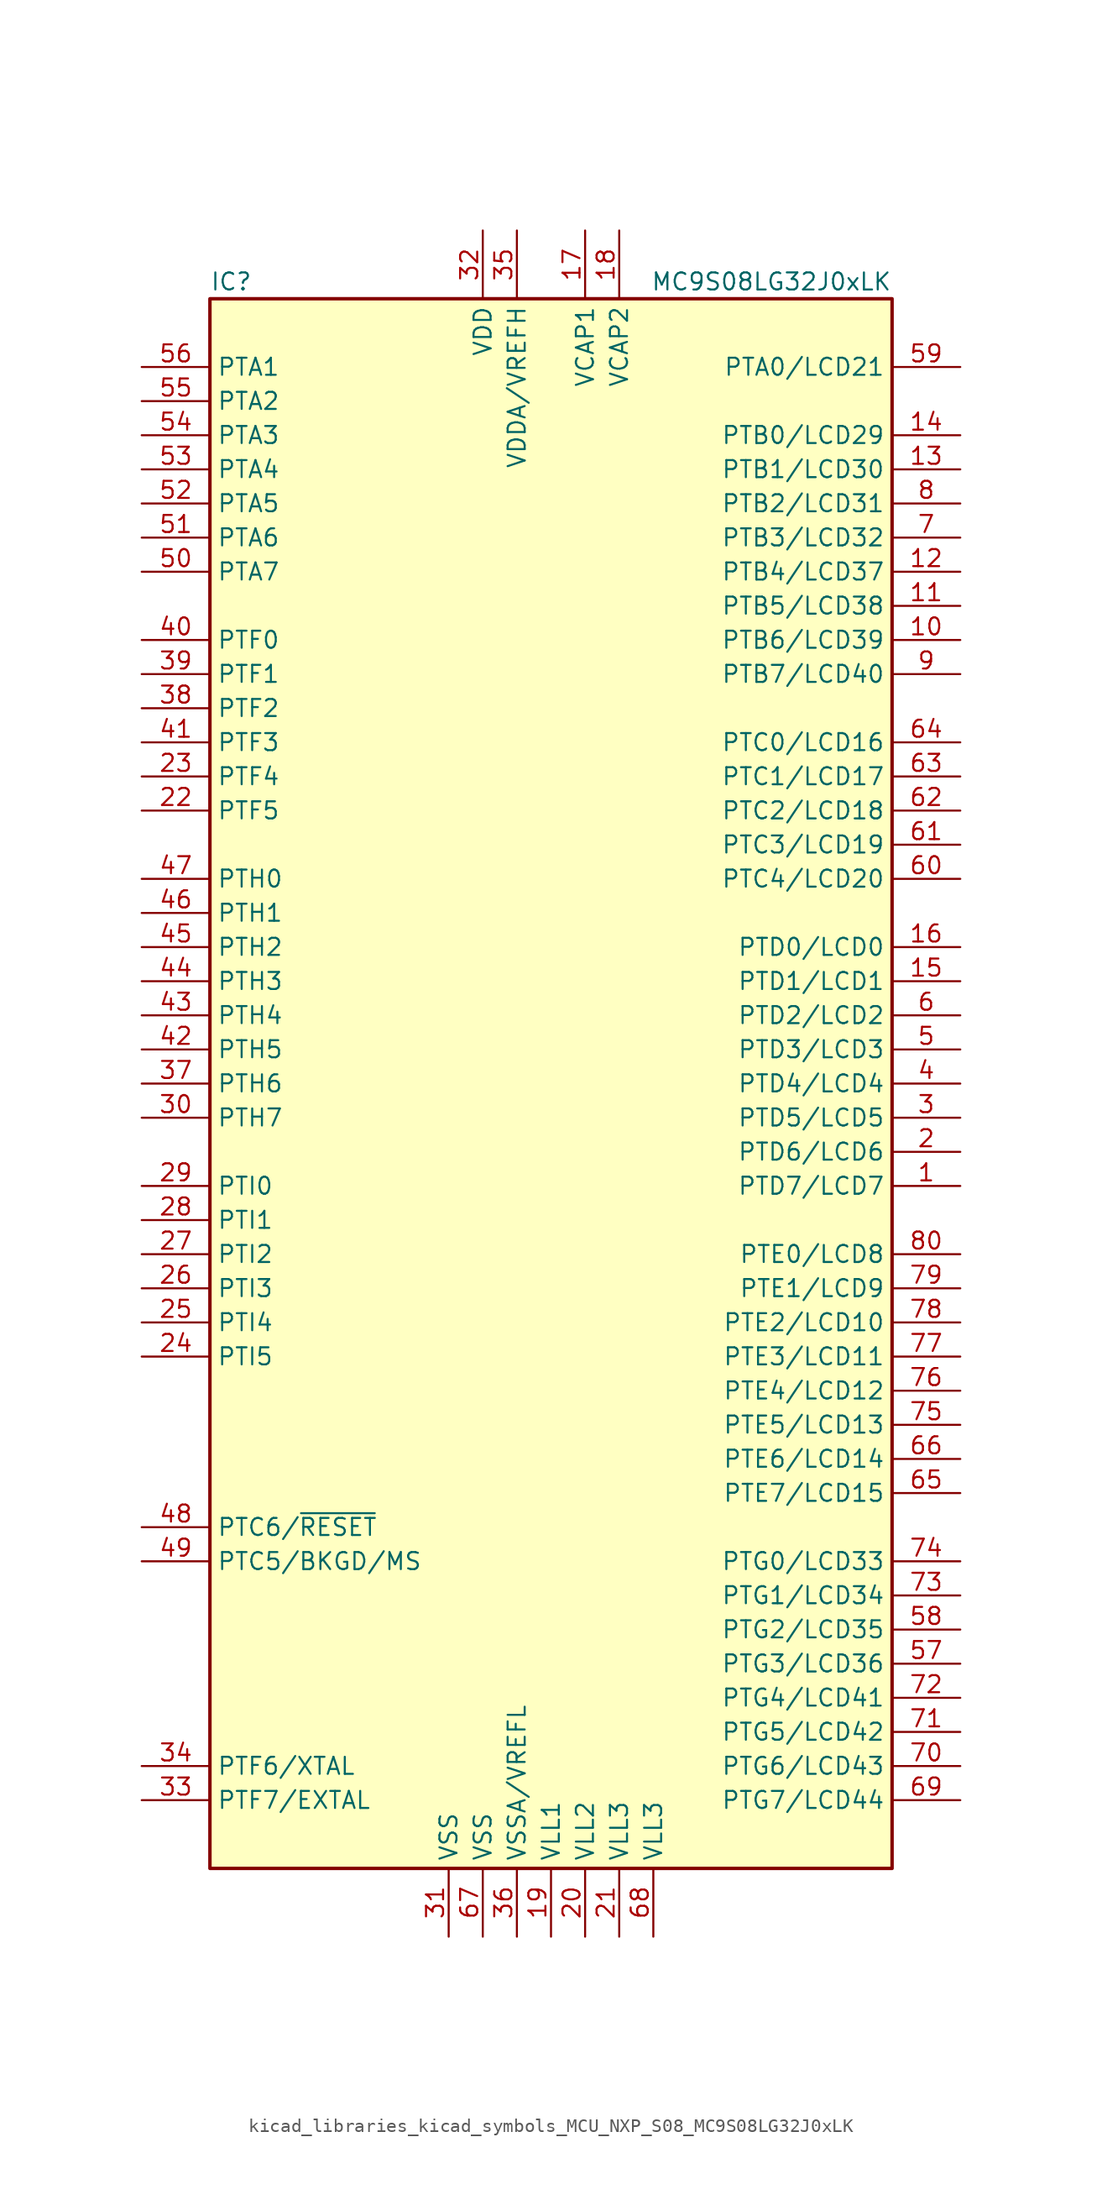
<source format=kicad_sym>
(kicad_symbol_lib
  (version 20220914)
  (generator kicad_symbol_editor)
  (symbol "kicad_libraries_kicad_symbols_MCU_NXP_S08_MC9S08LG32J0xLK"
    (property "Reference" "IC"
      (at -25.4 59.69 0)
      (effects (font (size 1.27 1.27)) (justify left)))
    (property "Value" "MC9S08LG32J0xLK"
      (at 25.4 59.69 0)
      (effects (font (size 1.27 1.27)) (justify right)))
    (symbol "kicad_libraries_kicad_symbols_MCU_NXP_S08_MC9S08LG32J0xLK_0_1"
      (rectangle (start -25.4 58.42) (end 25.4 -58.42) (stroke (width 0.254) (type default)) (fill (type background))))
    (symbol "kicad_libraries_kicad_symbols_MCU_NXP_S08_MC9S08LG32J0xLK_1_1"
      (pin bidirectional line (at 30.48 -7.62 180) (length 5.08) (name "PTD7/LCD7" (effects (font (size 1.27 1.27)))) (number "1" (effects (font (size 1.27 1.27)))))
      (pin bidirectional line (at 30.48 33.02 180) (length 5.08) (name "PTB6/LCD39" (effects (font (size 1.27 1.27)))) (number "10" (effects (font (size 1.27 1.27)))))
      (pin bidirectional line (at 30.48 35.56 180) (length 5.08) (name "PTB5/LCD38" (effects (font (size 1.27 1.27)))) (number "11" (effects (font (size 1.27 1.27)))))
      (pin bidirectional line (at 30.48 38.1 180) (length 5.08) (name "PTB4/LCD37" (effects (font (size 1.27 1.27)))) (number "12" (effects (font (size 1.27 1.27)))))
      (pin bidirectional line (at 30.48 45.72 180) (length 5.08) (name "PTB1/LCD30" (effects (font (size 1.27 1.27)))) (number "13" (effects (font (size 1.27 1.27)))))
      (pin bidirectional line (at 30.48 48.26 180) (length 5.08) (name "PTB0/LCD29" (effects (font (size 1.27 1.27)))) (number "14" (effects (font (size 1.27 1.27)))))
      (pin bidirectional line (at 30.48 7.62 180) (length 5.08) (name "PTD1/LCD1" (effects (font (size 1.27 1.27)))) (number "15" (effects (font (size 1.27 1.27)))))
      (pin bidirectional line (at 30.48 10.16 180) (length 5.08) (name "PTD0/LCD0" (effects (font (size 1.27 1.27)))) (number "16" (effects (font (size 1.27 1.27)))))
      (pin power_in line (at 2.54 63.5 270) (length 5.08) (name "VCAP1" (effects (font (size 1.27 1.27)))) (number "17" (effects (font (size 1.27 1.27)))))
      (pin power_in line (at 5.08 63.5 270) (length 5.08) (name "VCAP2" (effects (font (size 1.27 1.27)))) (number "18" (effects (font (size 1.27 1.27)))))
      (pin power_in line (at 0 -63.5 90) (length 5.08) (name "VLL1" (effects (font (size 1.27 1.27)))) (number "19" (effects (font (size 1.27 1.27)))))
      (pin bidirectional line (at 30.48 -5.08 180) (length 5.08) (name "PTD6/LCD6" (effects (font (size 1.27 1.27)))) (number "2" (effects (font (size 1.27 1.27)))))
      (pin power_in line (at 2.54 -63.5 90) (length 5.08) (name "VLL2" (effects (font (size 1.27 1.27)))) (number "20" (effects (font (size 1.27 1.27)))))
      (pin power_in line (at 5.08 -63.5 90) (length 5.08) (name "VLL3" (effects (font (size 1.27 1.27)))) (number "21" (effects (font (size 1.27 1.27)))))
      (pin bidirectional line (at -30.48 20.32 0) (length 5.08) (name "PTF5" (effects (font (size 1.27 1.27)))) (number "22" (effects (font (size 1.27 1.27)))))
      (pin bidirectional line (at -30.48 22.86 0) (length 5.08) (name "PTF4" (effects (font (size 1.27 1.27)))) (number "23" (effects (font (size 1.27 1.27)))))
      (pin bidirectional line (at -30.48 -20.32 0) (length 5.08) (name "PTI5" (effects (font (size 1.27 1.27)))) (number "24" (effects (font (size 1.27 1.27)))))
      (pin bidirectional line (at -30.48 -17.78 0) (length 5.08) (name "PTI4" (effects (font (size 1.27 1.27)))) (number "25" (effects (font (size 1.27 1.27)))))
      (pin bidirectional line (at -30.48 -15.24 0) (length 5.08) (name "PTI3" (effects (font (size 1.27 1.27)))) (number "26" (effects (font (size 1.27 1.27)))))
      (pin bidirectional line (at -30.48 -12.7 0) (length 5.08) (name "PTI2" (effects (font (size 1.27 1.27)))) (number "27" (effects (font (size 1.27 1.27)))))
      (pin bidirectional line (at -30.48 -10.16 0) (length 5.08) (name "PTI1" (effects (font (size 1.27 1.27)))) (number "28" (effects (font (size 1.27 1.27)))))
      (pin bidirectional line (at -30.48 -7.62 0) (length 5.08) (name "PTI0" (effects (font (size 1.27 1.27)))) (number "29" (effects (font (size 1.27 1.27)))))
      (pin bidirectional line (at 30.48 -2.54 180) (length 5.08) (name "PTD5/LCD5" (effects (font (size 1.27 1.27)))) (number "3" (effects (font (size 1.27 1.27)))))
      (pin bidirectional line (at -30.48 -2.54 0) (length 5.08) (name "PTH7" (effects (font (size 1.27 1.27)))) (number "30" (effects (font (size 1.27 1.27)))))
      (pin power_in line (at -7.62 -63.5 90) (length 5.08) (name "VSS" (effects (font (size 1.27 1.27)))) (number "31" (effects (font (size 1.27 1.27)))))
      (pin power_in line (at -5.08 63.5 270) (length 5.08) (name "VDD" (effects (font (size 1.27 1.27)))) (number "32" (effects (font (size 1.27 1.27)))))
      (pin bidirectional line (at -30.48 -53.34 0) (length 5.08) (name "PTF7/EXTAL" (effects (font (size 1.27 1.27)))) (number "33" (effects (font (size 1.27 1.27)))))
      (pin bidirectional line (at -30.48 -50.8 0) (length 5.08) (name "PTF6/XTAL" (effects (font (size 1.27 1.27)))) (number "34" (effects (font (size 1.27 1.27)))))
      (pin power_in line (at -2.54 63.5 270) (length 5.08) (name "VDDA/VREFH" (effects (font (size 1.27 1.27)))) (number "35" (effects (font (size 1.27 1.27)))))
      (pin power_in line (at -2.54 -63.5 90) (length 5.08) (name "VSSA/VREFL" (effects (font (size 1.27 1.27)))) (number "36" (effects (font (size 1.27 1.27)))))
      (pin bidirectional line (at -30.48 0 0) (length 5.08) (name "PTH6" (effects (font (size 1.27 1.27)))) (number "37" (effects (font (size 1.27 1.27)))))
      (pin bidirectional line (at -30.48 27.94 0) (length 5.08) (name "PTF2" (effects (font (size 1.27 1.27)))) (number "38" (effects (font (size 1.27 1.27)))))
      (pin bidirectional line (at -30.48 30.48 0) (length 5.08) (name "PTF1" (effects (font (size 1.27 1.27)))) (number "39" (effects (font (size 1.27 1.27)))))
      (pin bidirectional line (at 30.48 0 180) (length 5.08) (name "PTD4/LCD4" (effects (font (size 1.27 1.27)))) (number "4" (effects (font (size 1.27 1.27)))))
      (pin bidirectional line (at -30.48 33.02 0) (length 5.08) (name "PTF0" (effects (font (size 1.27 1.27)))) (number "40" (effects (font (size 1.27 1.27)))))
      (pin bidirectional line (at -30.48 25.4 0) (length 5.08) (name "PTF3" (effects (font (size 1.27 1.27)))) (number "41" (effects (font (size 1.27 1.27)))))
      (pin bidirectional line (at -30.48 2.54 0) (length 5.08) (name "PTH5" (effects (font (size 1.27 1.27)))) (number "42" (effects (font (size 1.27 1.27)))))
      (pin bidirectional line (at -30.48 5.08 0) (length 5.08) (name "PTH4" (effects (font (size 1.27 1.27)))) (number "43" (effects (font (size 1.27 1.27)))))
      (pin bidirectional line (at -30.48 7.62 0) (length 5.08) (name "PTH3" (effects (font (size 1.27 1.27)))) (number "44" (effects (font (size 1.27 1.27)))))
      (pin bidirectional line (at -30.48 10.16 0) (length 5.08) (name "PTH2" (effects (font (size 1.27 1.27)))) (number "45" (effects (font (size 1.27 1.27)))))
      (pin bidirectional line (at -30.48 12.7 0) (length 5.08) (name "PTH1" (effects (font (size 1.27 1.27)))) (number "46" (effects (font (size 1.27 1.27)))))
      (pin bidirectional line (at -30.48 15.24 0) (length 5.08) (name "PTH0" (effects (font (size 1.27 1.27)))) (number "47" (effects (font (size 1.27 1.27)))))
      (pin bidirectional line (at -30.48 -33.02 0) (length 5.08) (name "PTC6/~{RESET}" (effects (font (size 1.27 1.27)))) (number "48" (effects (font (size 1.27 1.27)))))
      (pin bidirectional line (at -30.48 -35.56 0) (length 5.08) (name "PTC5/BKGD/MS" (effects (font (size 1.27 1.27)))) (number "49" (effects (font (size 1.27 1.27)))))
      (pin bidirectional line (at 30.48 2.54 180) (length 5.08) (name "PTD3/LCD3" (effects (font (size 1.27 1.27)))) (number "5" (effects (font (size 1.27 1.27)))))
      (pin bidirectional line (at -30.48 38.1 0) (length 5.08) (name "PTA7" (effects (font (size 1.27 1.27)))) (number "50" (effects (font (size 1.27 1.27)))))
      (pin bidirectional line (at -30.48 40.64 0) (length 5.08) (name "PTA6" (effects (font (size 1.27 1.27)))) (number "51" (effects (font (size 1.27 1.27)))))
      (pin bidirectional line (at -30.48 43.18 0) (length 5.08) (name "PTA5" (effects (font (size 1.27 1.27)))) (number "52" (effects (font (size 1.27 1.27)))))
      (pin bidirectional line (at -30.48 45.72 0) (length 5.08) (name "PTA4" (effects (font (size 1.27 1.27)))) (number "53" (effects (font (size 1.27 1.27)))))
      (pin bidirectional line (at -30.48 48.26 0) (length 5.08) (name "PTA3" (effects (font (size 1.27 1.27)))) (number "54" (effects (font (size 1.27 1.27)))))
      (pin bidirectional line (at -30.48 50.8 0) (length 5.08) (name "PTA2" (effects (font (size 1.27 1.27)))) (number "55" (effects (font (size 1.27 1.27)))))
      (pin bidirectional line (at -30.48 53.34 0) (length 5.08) (name "PTA1" (effects (font (size 1.27 1.27)))) (number "56" (effects (font (size 1.27 1.27)))))
      (pin bidirectional line (at 30.48 -43.18 180) (length 5.08) (name "PTG3/LCD36" (effects (font (size 1.27 1.27)))) (number "57" (effects (font (size 1.27 1.27)))))
      (pin bidirectional line (at 30.48 -40.64 180) (length 5.08) (name "PTG2/LCD35" (effects (font (size 1.27 1.27)))) (number "58" (effects (font (size 1.27 1.27)))))
      (pin bidirectional line (at 30.48 53.34 180) (length 5.08) (name "PTA0/LCD21" (effects (font (size 1.27 1.27)))) (number "59" (effects (font (size 1.27 1.27)))))
      (pin bidirectional line (at 30.48 5.08 180) (length 5.08) (name "PTD2/LCD2" (effects (font (size 1.27 1.27)))) (number "6" (effects (font (size 1.27 1.27)))))
      (pin bidirectional line (at 30.48 15.24 180) (length 5.08) (name "PTC4/LCD20" (effects (font (size 1.27 1.27)))) (number "60" (effects (font (size 1.27 1.27)))))
      (pin bidirectional line (at 30.48 17.78 180) (length 5.08) (name "PTC3/LCD19" (effects (font (size 1.27 1.27)))) (number "61" (effects (font (size 1.27 1.27)))))
      (pin bidirectional line (at 30.48 20.32 180) (length 5.08) (name "PTC2/LCD18" (effects (font (size 1.27 1.27)))) (number "62" (effects (font (size 1.27 1.27)))))
      (pin bidirectional line (at 30.48 22.86 180) (length 5.08) (name "PTC1/LCD17" (effects (font (size 1.27 1.27)))) (number "63" (effects (font (size 1.27 1.27)))))
      (pin bidirectional line (at 30.48 25.4 180) (length 5.08) (name "PTC0/LCD16" (effects (font (size 1.27 1.27)))) (number "64" (effects (font (size 1.27 1.27)))))
      (pin bidirectional line (at 30.48 -30.48 180) (length 5.08) (name "PTE7/LCD15" (effects (font (size 1.27 1.27)))) (number "65" (effects (font (size 1.27 1.27)))))
      (pin bidirectional line (at 30.48 -27.94 180) (length 5.08) (name "PTE6/LCD14" (effects (font (size 1.27 1.27)))) (number "66" (effects (font (size 1.27 1.27)))))
      (pin power_in line (at -5.08 -63.5 90) (length 5.08) (name "VSS" (effects (font (size 1.27 1.27)))) (number "67" (effects (font (size 1.27 1.27)))))
      (pin power_in line (at 7.62 -63.5 90) (length 5.08) (name "VLL3" (effects (font (size 1.27 1.27)))) (number "68" (effects (font (size 1.27 1.27)))))
      (pin bidirectional line (at 30.48 -53.34 180) (length 5.08) (name "PTG7/LCD44" (effects (font (size 1.27 1.27)))) (number "69" (effects (font (size 1.27 1.27)))))
      (pin bidirectional line (at 30.48 40.64 180) (length 5.08) (name "PTB3/LCD32" (effects (font (size 1.27 1.27)))) (number "7" (effects (font (size 1.27 1.27)))))
      (pin bidirectional line (at 30.48 -50.8 180) (length 5.08) (name "PTG6/LCD43" (effects (font (size 1.27 1.27)))) (number "70" (effects (font (size 1.27 1.27)))))
      (pin bidirectional line (at 30.48 -48.26 180) (length 5.08) (name "PTG5/LCD42" (effects (font (size 1.27 1.27)))) (number "71" (effects (font (size 1.27 1.27)))))
      (pin bidirectional line (at 30.48 -45.72 180) (length 5.08) (name "PTG4/LCD41" (effects (font (size 1.27 1.27)))) (number "72" (effects (font (size 1.27 1.27)))))
      (pin bidirectional line (at 30.48 -38.1 180) (length 5.08) (name "PTG1/LCD34" (effects (font (size 1.27 1.27)))) (number "73" (effects (font (size 1.27 1.27)))))
      (pin bidirectional line (at 30.48 -35.56 180) (length 5.08) (name "PTG0/LCD33" (effects (font (size 1.27 1.27)))) (number "74" (effects (font (size 1.27 1.27)))))
      (pin bidirectional line (at 30.48 -25.4 180) (length 5.08) (name "PTE5/LCD13" (effects (font (size 1.27 1.27)))) (number "75" (effects (font (size 1.27 1.27)))))
      (pin bidirectional line (at 30.48 -22.86 180) (length 5.08) (name "PTE4/LCD12" (effects (font (size 1.27 1.27)))) (number "76" (effects (font (size 1.27 1.27)))))
      (pin bidirectional line (at 30.48 -20.32 180) (length 5.08) (name "PTE3/LCD11" (effects (font (size 1.27 1.27)))) (number "77" (effects (font (size 1.27 1.27)))))
      (pin bidirectional line (at 30.48 -17.78 180) (length 5.08) (name "PTE2/LCD10" (effects (font (size 1.27 1.27)))) (number "78" (effects (font (size 1.27 1.27)))))
      (pin bidirectional line (at 30.48 -15.24 180) (length 5.08) (name "PTE1/LCD9" (effects (font (size 1.27 1.27)))) (number "79" (effects (font (size 1.27 1.27)))))
      (pin bidirectional line (at 30.48 43.18 180) (length 5.08) (name "PTB2/LCD31" (effects (font (size 1.27 1.27)))) (number "8" (effects (font (size 1.27 1.27)))))
      (pin bidirectional line (at 30.48 -12.7 180) (length 5.08) (name "PTE0/LCD8" (effects (font (size 1.27 1.27)))) (number "80" (effects (font (size 1.27 1.27)))))
      (pin bidirectional line (at 30.48 30.48 180) (length 5.08) (name "PTB7/LCD40" (effects (font (size 1.27 1.27)))) (number "9" (effects (font (size 1.27 1.27))))))))
</source>
